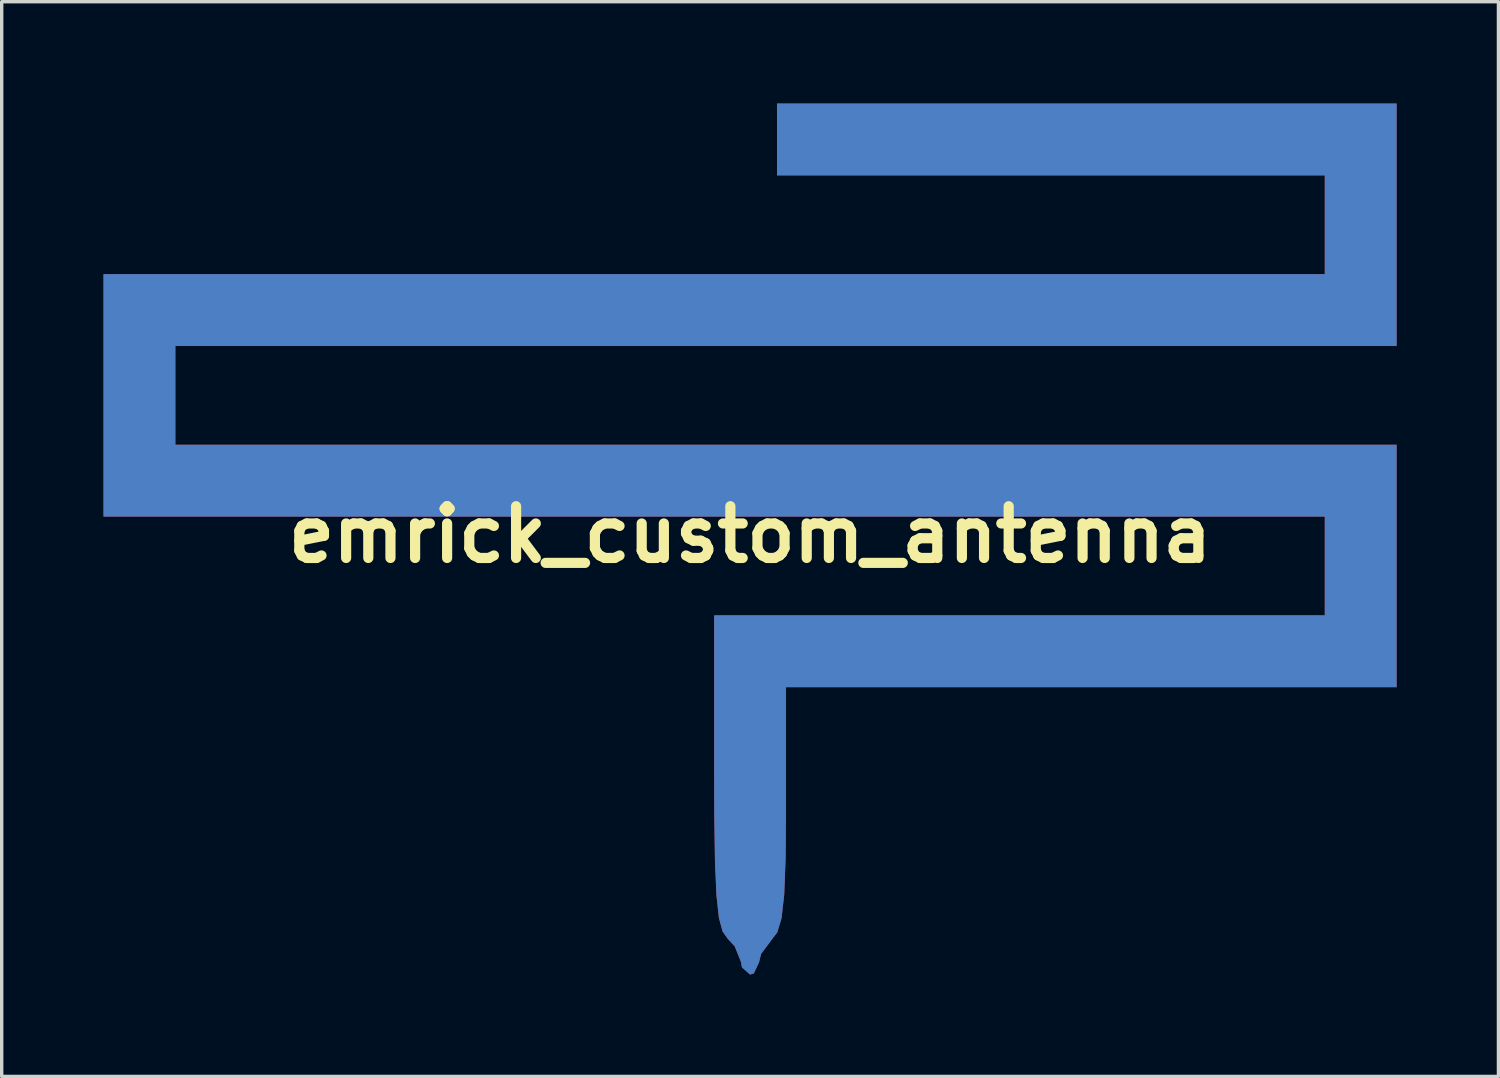
<source format=kicad_pcb>
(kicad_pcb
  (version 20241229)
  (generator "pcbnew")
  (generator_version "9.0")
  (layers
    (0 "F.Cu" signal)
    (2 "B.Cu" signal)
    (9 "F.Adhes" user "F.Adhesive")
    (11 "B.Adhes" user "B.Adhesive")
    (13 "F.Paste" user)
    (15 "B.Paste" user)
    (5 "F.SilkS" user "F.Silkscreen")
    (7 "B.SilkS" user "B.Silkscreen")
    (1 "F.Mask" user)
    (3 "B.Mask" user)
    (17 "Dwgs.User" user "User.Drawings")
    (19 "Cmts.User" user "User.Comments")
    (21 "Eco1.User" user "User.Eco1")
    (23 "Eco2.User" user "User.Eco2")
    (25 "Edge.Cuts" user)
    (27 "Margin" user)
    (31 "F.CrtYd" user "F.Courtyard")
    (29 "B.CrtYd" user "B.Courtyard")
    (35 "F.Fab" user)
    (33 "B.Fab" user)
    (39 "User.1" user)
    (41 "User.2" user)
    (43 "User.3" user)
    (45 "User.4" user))
  (footprint "emrick_custom_antenna"
    (layer "F.Cu")
    (at 19.05 12.7)
    (property "Reference" "emrick_custom_antenna" (at 0 0 0) (layer "F.SilkS") (effects (font (size 1.524 1.524) (thickness 0.3))))
    (attr board_only exclude_from_pos_files exclude_from_bom)
    (fp_poly (pts (xy 19.05 -5.556) (xy -16.933 -5.556) (xy -16.933 -2.646) (xy 19.05 -2.646) (xy 19.05 4.498) (xy 1.058 4.498) (xy 1.058 8.037) (xy 1.047 9.547) (xy 1.006 10.609) (xy 0.927 11.307) (xy 0.802 11.721) (xy 0.661 11.906) (xy 0.325 12.357) (xy 0.265 12.6) (xy 0.111 12.931) (xy 0 12.965) (xy -0.24 12.753) (xy -0.265 12.6) (xy -0.451 12.136) (xy -0.661 11.906) (xy -0.81 11.695) (xy -0.918 11.296) (xy -0.99 10.637) (xy -1.034 9.646) (xy -1.055 8.249) (xy -1.058 6.979) (xy -1.058 2.381) (xy 16.933 2.381) (xy 16.933 -0.529) (xy -19.05 -0.529) (xy -19.05 -7.673) (xy 16.933 -7.673) (xy 16.933 -10.583) (xy 0.794 -10.583) (xy 0.794 -12.7) (xy 19.05 -12.7)) (stroke (width 0) (type solid)) (fill yes) (layer "F.Cu"))
    (fp_poly (pts (xy 19.05 -5.556) (xy -16.933 -5.556) (xy -16.933 -2.646) (xy 19.05 -2.646) (xy 19.05 4.498) (xy 1.058 4.498) (xy 1.058 8.037) (xy 1.047 9.547) (xy 1.006 10.609) (xy 0.927 11.307) (xy 0.802 11.721) (xy 0.661 11.906) (xy 0.325 12.357) (xy 0.265 12.6) (xy 0.111 12.931) (xy 0 12.965) (xy -0.24 12.753) (xy -0.265 12.6) (xy -0.451 12.136) (xy -0.661 11.906) (xy -0.81 11.695) (xy -0.918 11.296) (xy -0.99 10.637) (xy -1.034 9.646) (xy -1.055 8.249) (xy -1.058 6.979) (xy -1.058 2.381) (xy 16.933 2.381) (xy 16.933 -0.529) (xy -19.05 -0.529) (xy -19.05 -7.673) (xy 16.933 -7.673) (xy 16.933 -10.583) (xy 0.794 -10.583) (xy 0.794 -12.7) (xy 19.05 -12.7)) (stroke (width 0) (type solid)) (fill yes) (layer "B.Cu")))
  (gr_rect
    (start -3 -3)
    (end 41.1 28.665)
    (stroke (width 0.1) (type default))
    (fill no)
    (layer "Edge.Cuts")))
</source>
